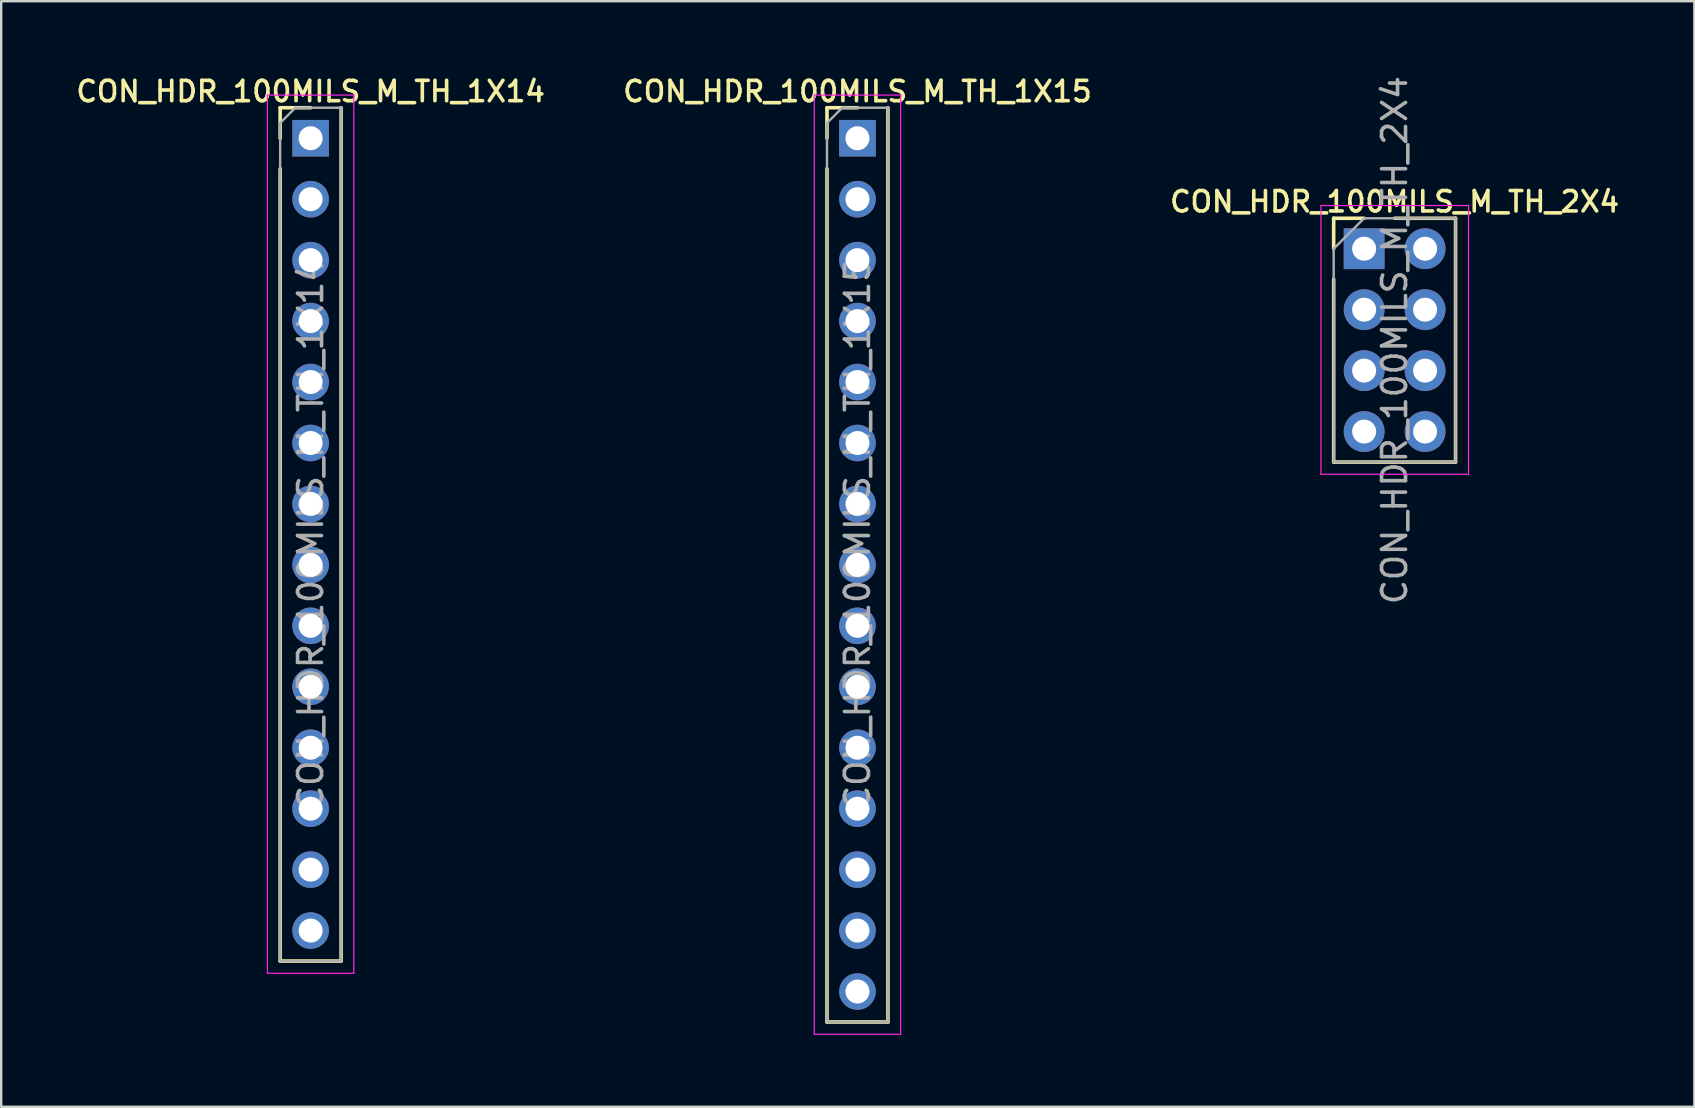
<source format=kicad_pcb>
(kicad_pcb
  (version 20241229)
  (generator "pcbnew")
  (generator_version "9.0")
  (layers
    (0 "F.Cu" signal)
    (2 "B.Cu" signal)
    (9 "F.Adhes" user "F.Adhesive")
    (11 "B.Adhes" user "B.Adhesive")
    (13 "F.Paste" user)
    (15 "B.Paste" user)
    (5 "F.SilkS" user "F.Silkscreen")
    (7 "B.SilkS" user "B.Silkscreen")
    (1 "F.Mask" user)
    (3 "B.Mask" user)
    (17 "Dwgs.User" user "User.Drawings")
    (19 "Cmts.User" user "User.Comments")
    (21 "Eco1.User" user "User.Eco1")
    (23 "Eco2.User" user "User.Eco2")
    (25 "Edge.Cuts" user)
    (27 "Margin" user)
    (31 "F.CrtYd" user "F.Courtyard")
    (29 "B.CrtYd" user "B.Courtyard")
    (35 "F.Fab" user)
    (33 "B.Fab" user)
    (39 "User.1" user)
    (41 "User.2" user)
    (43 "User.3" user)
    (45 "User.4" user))
  (footprint "CON_HDR_100MILS_M_TH_1X15"
    (layer "F.Cu")
    (at 32.684 20.491)
    (property "Reference" "CON_HDR_100MILS_M_TH_1X15" (at 0 -19.73 0) (layer "F.SilkS") (effects (font (size 0.85 0.85) (thickness 0.15))))
    (attr through_hole)
    (fp_line (start -1.27 -19.05) (end 0 -19.05) (stroke (width 0.15) (type solid)) (layer "F.SilkS"))
    (fp_line (start -1.27 -17.78) (end -1.27 -19.05) (stroke (width 0.15) (type solid)) (layer "F.SilkS"))
    (fp_line (start -1.27 -16.51) (end -1.27 19.05) (stroke (width 0.15) (type solid)) (layer "F.SilkS"))
    (fp_line (start -1.27 19.05) (end 1.27 19.05) (stroke (width 0.15) (type solid)) (layer "F.SilkS"))
    (fp_line (start 1.27 -19.05) (end 1.27 19.05) (stroke (width 0.15) (type solid)) (layer "F.SilkS"))
    (fp_line (start -1.8 -19.58) (end -1.8 19.56) (stroke (width 0.05) (type solid)) (layer "F.CrtYd"))
    (fp_line (start -1.8 19.56) (end 1.8 19.56) (stroke (width 0.05) (type solid)) (layer "F.CrtYd"))
    (fp_line (start 1.8 -19.58) (end -1.8 -19.58) (stroke (width 0.05) (type solid)) (layer "F.CrtYd"))
    (fp_line (start 1.8 19.56) (end 1.8 -19.58) (stroke (width 0.05) (type solid)) (layer "F.CrtYd"))
    (fp_line (start -1.27 -18.415) (end -0.635 -19.05) (stroke (width 0.1) (type solid)) (layer "F.Fab"))
    (fp_line (start -1.27 19.05) (end -1.27 -18.415) (stroke (width 0.1) (type solid)) (layer "F.Fab"))
    (fp_line (start -0.635 -19.05) (end 1.27 -19.05) (stroke (width 0.1) (type solid)) (layer "F.Fab"))
    (fp_line (start 1.27 -19.05) (end 1.27 19.05) (stroke (width 0.1) (type solid)) (layer "F.Fab"))
    (fp_line (start 1.27 19.05) (end -1.27 19.05) (stroke (width 0.1) (type solid)) (layer "F.Fab"))
    (fp_text user "${REFERENCE}" (at 0 -1.27 90) (layer "F.Fab") (effects (font (size 1 1) (thickness 0.15))))
    (pad "1" thru_hole rect (at 0 -17.78) (size 1.524 1.524) (drill 1) (layers "*.Cu" "*.Mask"))
    (pad "2" thru_hole circle (at 0 -15.24) (size 1.524 1.524) (drill 1) (layers "*.Cu" "*.Mask"))
    (pad "3" thru_hole circle (at 0 -12.7) (size 1.524 1.524) (drill 1) (layers "*.Cu" "*.Mask"))
    (pad "4" thru_hole circle (at 0 -10.16) (size 1.524 1.524) (drill 1) (layers "*.Cu" "*.Mask"))
    (pad "5" thru_hole circle (at 0 -7.62) (size 1.524 1.524) (drill 1) (layers "*.Cu" "*.Mask"))
    (pad "6" thru_hole circle (at 0 -5.08) (size 1.524 1.524) (drill 1) (layers "*.Cu" "*.Mask"))
    (pad "7" thru_hole circle (at 0 -2.54) (size 1.524 1.524) (drill 1) (layers "*.Cu" "*.Mask"))
    (pad "8" thru_hole circle (at 0 0) (size 1.524 1.524) (drill 1) (layers "*.Cu" "*.Mask"))
    (pad "9" thru_hole circle (at 0 2.54) (size 1.524 1.524) (drill 1) (layers "*.Cu" "*.Mask"))
    (pad "10" thru_hole circle (at 0 5.08) (size 1.524 1.524) (drill 1) (layers "*.Cu" "*.Mask"))
    (pad "11" thru_hole circle (at 0 7.62) (size 1.524 1.524) (drill 1) (layers "*.Cu" "*.Mask"))
    (pad "12" thru_hole circle (at 0 10.16) (size 1.524 1.524) (drill 1) (layers "*.Cu" "*.Mask"))
    (pad "13" thru_hole circle (at 0 12.7) (size 1.524 1.524) (drill 1) (layers "*.Cu" "*.Mask"))
    (pad "14" thru_hole circle (at 0 15.24) (size 1.524 1.524) (drill 1) (layers "*.Cu" "*.Mask"))
    (pad "15" thru_hole circle (at 0 17.78) (size 1.524 1.524) (drill 1) (layers "*.Cu" "*.Mask")))
  (footprint "CON_HDR_100MILS_M_TH_1X14"
    (layer "F.Cu")
    (at 9.895 19.221)
    (property "Reference" "CON_HDR_100MILS_M_TH_1X14" (at 0 -18.46 0) (layer "F.SilkS") (effects (font (size 0.85 0.85) (thickness 0.15))))
    (attr through_hole)
    (fp_line (start -1.27 -17.78) (end 0 -17.78) (stroke (width 0.15) (type solid)) (layer "F.SilkS"))
    (fp_line (start -1.27 -16.51) (end -1.27 -17.78) (stroke (width 0.15) (type solid)) (layer "F.SilkS"))
    (fp_line (start -1.27 -15.24) (end -1.27 17.78) (stroke (width 0.15) (type solid)) (layer "F.SilkS"))
    (fp_line (start -1.27 17.78) (end 1.27 17.78) (stroke (width 0.15) (type solid)) (layer "F.SilkS"))
    (fp_line (start 1.27 -17.78) (end 1.27 17.78) (stroke (width 0.15) (type solid)) (layer "F.SilkS"))
    (fp_line (start -1.8 -18.31) (end -1.8 18.29) (stroke (width 0.05) (type solid)) (layer "F.CrtYd"))
    (fp_line (start -1.8 18.29) (end 1.8 18.29) (stroke (width 0.05) (type solid)) (layer "F.CrtYd"))
    (fp_line (start 1.8 -18.31) (end -1.8 -18.31) (stroke (width 0.05) (type solid)) (layer "F.CrtYd"))
    (fp_line (start 1.8 18.29) (end 1.8 -18.31) (stroke (width 0.05) (type solid)) (layer "F.CrtYd"))
    (fp_line (start -1.27 -17.145) (end -0.635 -17.78) (stroke (width 0.1) (type solid)) (layer "F.Fab"))
    (fp_line (start -1.27 17.78) (end -1.27 -17.145) (stroke (width 0.1) (type solid)) (layer "F.Fab"))
    (fp_line (start -0.635 -17.78) (end 1.27 -17.78) (stroke (width 0.1) (type solid)) (layer "F.Fab"))
    (fp_line (start 1.27 -17.78) (end 1.27 17.78) (stroke (width 0.1) (type solid)) (layer "F.Fab"))
    (fp_line (start 1.27 17.78) (end -1.27 17.78) (stroke (width 0.1) (type solid)) (layer "F.Fab"))
    (fp_text user "${REFERENCE}" (at 0 0 90) (layer "F.Fab") (effects (font (size 1 1) (thickness 0.15))))
    (pad "1" thru_hole rect (at 0 -16.51) (size 1.524 1.524) (drill 1) (layers "*.Cu" "*.Mask"))
    (pad "2" thru_hole circle (at 0 -13.97) (size 1.524 1.524) (drill 1) (layers "*.Cu" "*.Mask"))
    (pad "3" thru_hole circle (at 0 -11.43) (size 1.524 1.524) (drill 1) (layers "*.Cu" "*.Mask"))
    (pad "4" thru_hole circle (at 0 -8.89) (size 1.524 1.524) (drill 1) (layers "*.Cu" "*.Mask"))
    (pad "5" thru_hole circle (at 0 -6.35) (size 1.524 1.524) (drill 1) (layers "*.Cu" "*.Mask"))
    (pad "6" thru_hole circle (at 0 -3.81) (size 1.524 1.524) (drill 1) (layers "*.Cu" "*.Mask"))
    (pad "7" thru_hole circle (at 0 -1.27) (size 1.524 1.524) (drill 1) (layers "*.Cu" "*.Mask"))
    (pad "8" thru_hole circle (at 0 1.27) (size 1.524 1.524) (drill 1) (layers "*.Cu" "*.Mask"))
    (pad "9" thru_hole circle (at 0 3.81) (size 1.524 1.524) (drill 1) (layers "*.Cu" "*.Mask"))
    (pad "10" thru_hole circle (at 0 6.35) (size 1.524 1.524) (drill 1) (layers "*.Cu" "*.Mask"))
    (pad "11" thru_hole circle (at 0 8.89) (size 1.524 1.524) (drill 1) (layers "*.Cu" "*.Mask"))
    (pad "12" thru_hole circle (at 0 11.43) (size 1.524 1.524) (drill 1) (layers "*.Cu" "*.Mask"))
    (pad "13" thru_hole circle (at 0 13.97) (size 1.524 1.524) (drill 1) (layers "*.Cu" "*.Mask"))
    (pad "14" thru_hole circle (at 0 16.51) (size 1.524 1.524) (drill 1) (layers "*.Cu" "*.Mask")))
  (footprint "CON_HDR_100MILS_M_TH_2X4"
    (layer "F.Cu")
    (at 55.069 11.125)
    (property "Reference" "CON_HDR_100MILS_M_TH_2X4" (at 0 -5.77 0) (layer "F.SilkS") (effects (font (size 0.85 0.85) (thickness 0.15))))
    (attr through_hole)
    (fp_line (start -2.54 -5.08) (end -1.27 -5.08) (stroke (width 0.15) (type solid)) (layer "F.SilkS"))
    (fp_line (start -2.54 -3.81) (end -2.54 -5.08) (stroke (width 0.15) (type solid)) (layer "F.SilkS"))
    (fp_line (start -2.54 -2.54) (end -2.54 5.08) (stroke (width 0.15) (type solid)) (layer "F.SilkS"))
    (fp_line (start -2.54 5.08) (end 2.54 5.08) (stroke (width 0.15) (type solid)) (layer "F.SilkS"))
    (fp_line (start 0 -5.08) (end 2.54 -5.08) (stroke (width 0.15) (type solid)) (layer "F.SilkS"))
    (fp_line (start 2.54 -5.08) (end 2.54 5.08) (stroke (width 0.15) (type solid)) (layer "F.SilkS"))
    (fp_line (start -3.07 -5.61) (end -3.07 5.59) (stroke (width 0.05) (type solid)) (layer "F.CrtYd"))
    (fp_line (start -3.07 5.59) (end 3.08 5.59) (stroke (width 0.05) (type solid)) (layer "F.CrtYd"))
    (fp_line (start 3.08 -5.61) (end -3.07 -5.61) (stroke (width 0.05) (type solid)) (layer "F.CrtYd"))
    (fp_line (start 3.08 5.59) (end 3.08 -5.61) (stroke (width 0.05) (type solid)) (layer "F.CrtYd"))
    (fp_line (start -2.54 -3.81) (end -1.27 -5.08) (stroke (width 0.1) (type solid)) (layer "F.Fab"))
    (fp_line (start -2.54 5.08) (end -2.54 -3.81) (stroke (width 0.1) (type solid)) (layer "F.Fab"))
    (fp_line (start -1.27 -5.08) (end 2.54 -5.08) (stroke (width 0.1) (type solid)) (layer "F.Fab"))
    (fp_line (start 2.54 -5.08) (end 2.54 5.08) (stroke (width 0.1) (type solid)) (layer "F.Fab"))
    (fp_line (start 2.54 5.08) (end -2.54 5.08) (stroke (width 0.1) (type solid)) (layer "F.Fab"))
    (fp_text user "${REFERENCE}" (at 0 0 90) (layer "F.Fab") (effects (font (size 1 1) (thickness 0.15))))
    (pad "1" thru_hole rect (at -1.27 -3.81) (size 1.7 1.7) (drill 1) (layers "*.Cu" "*.Mask"))
    (pad "2" thru_hole oval (at 1.27 -3.81) (size 1.7 1.7) (drill 1) (layers "*.Cu" "*.Mask"))
    (pad "3" thru_hole oval (at -1.27 -1.27) (size 1.7 1.7) (drill 1) (layers "*.Cu" "*.Mask"))
    (pad "4" thru_hole oval (at 1.27 -1.27) (size 1.7 1.7) (drill 1) (layers "*.Cu" "*.Mask"))
    (pad "5" thru_hole oval (at -1.27 1.27) (size 1.7 1.7) (drill 1) (layers "*.Cu" "*.Mask"))
    (pad "6" thru_hole oval (at 1.27 1.27) (size 1.7 1.7) (drill 1) (layers "*.Cu" "*.Mask"))
    (pad "7" thru_hole oval (at -1.27 3.81) (size 1.7 1.7) (drill 1) (layers "*.Cu" "*.Mask"))
    (pad "8" thru_hole oval (at 1.27 3.81) (size 1.7 1.7) (drill 1) (layers "*.Cu" "*.Mask")))
  (gr_rect
    (start -3 -3)
    (end 67.559 43.075)
    (stroke (width 0.1) (type default))
    (fill no)
    (layer "Edge.Cuts")))
</source>
